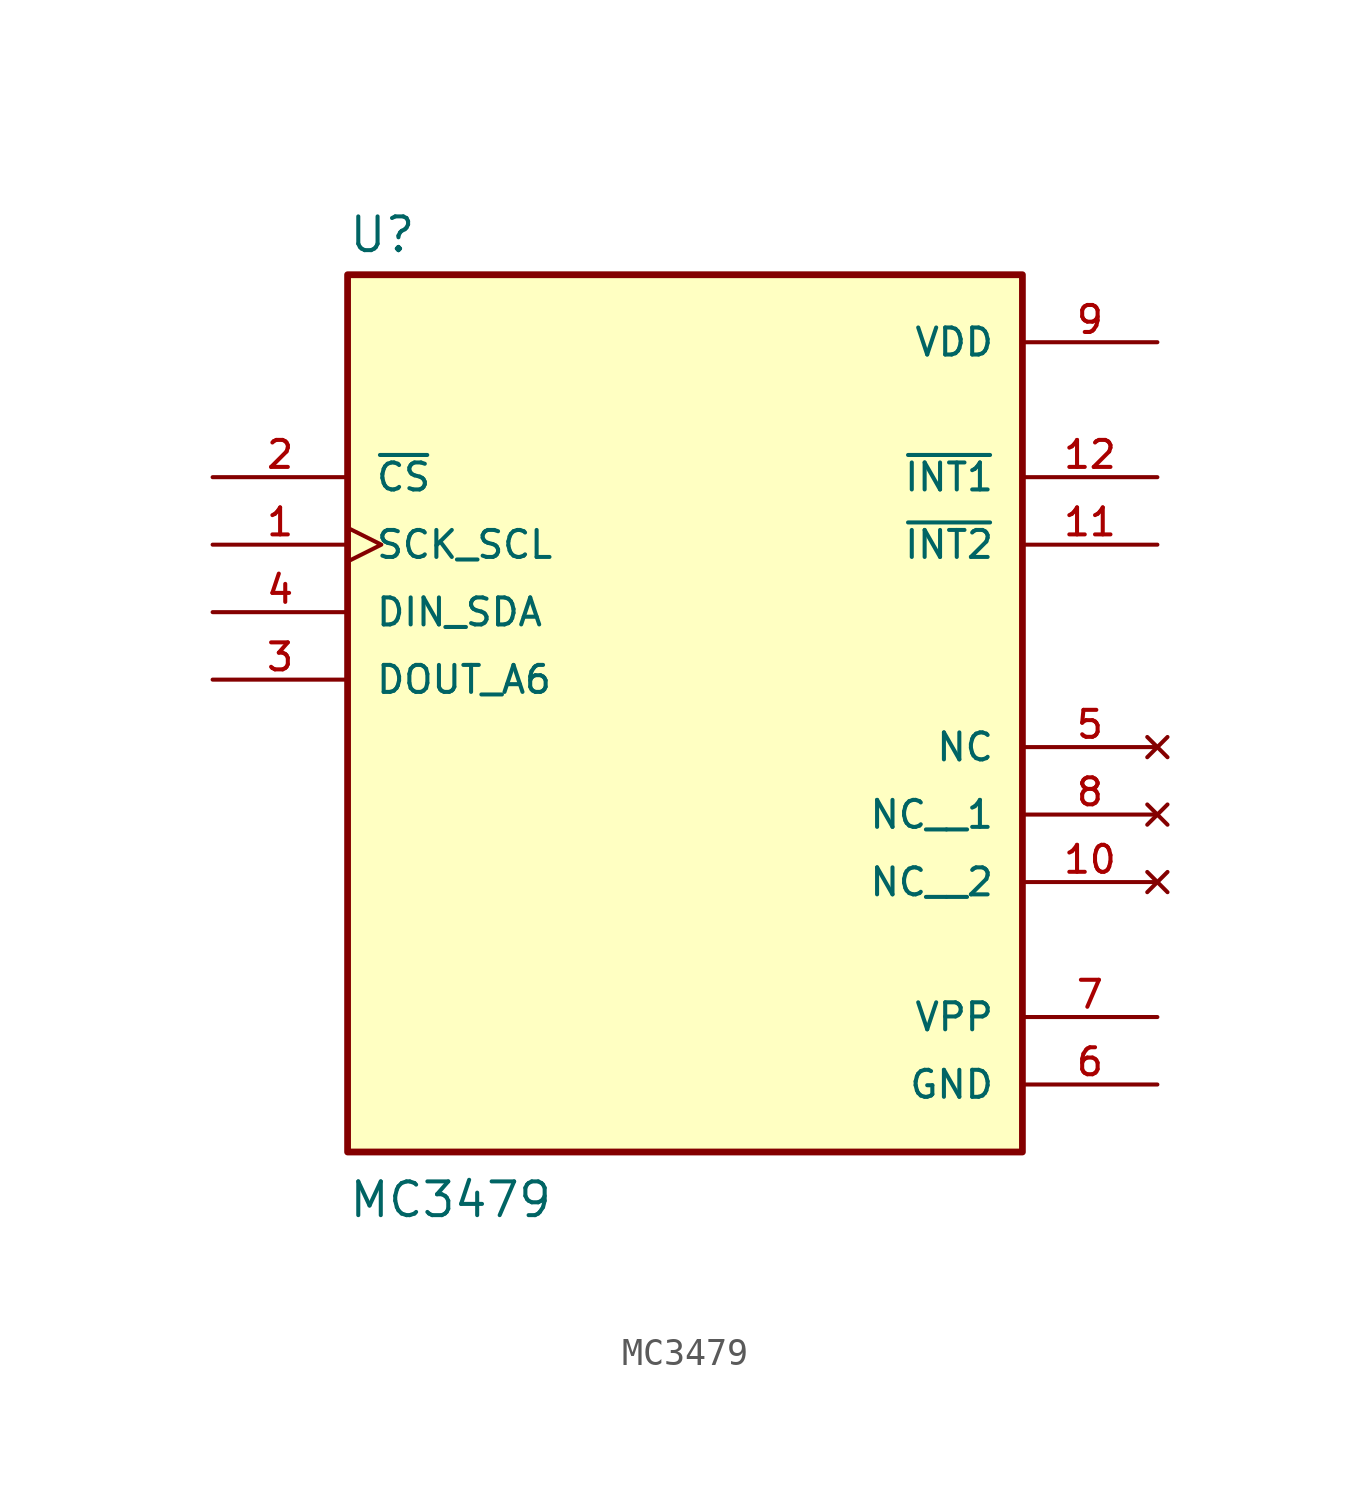
<source format=kicad_sym>
(kicad_symbol_lib
  (version 20211014)
  (generator kicad_symbol_editor)
  (symbol "MC3479"
    (pin_names
      (offset 1.016))
    (property "Reference" "U"
      (at -12.7 13.462 0)
      (effects (font (size 1.27 1.27)) (justify bottom left)))
    (property "Value" "MC3479"
      (at -12.7 -22.86 0)
      (effects (font (size 1.27 1.27)) (justify bottom left)))
    (symbol "MC3479_0_0"
      (rectangle (start -12.7 -20.32) (end 12.7 12.7) (stroke (width 0.254)) (fill (type background)))
      (pin input clock (at -17.78 2.54 0) (length 5.08) (name "SCK_SCL" (effects (font (size 1.016 1.016)))) (number "1" (effects (font (size 1.016 1.016)))))
      (pin bidirectional line (at -17.78 -2.54 0) (length 5.08) (name "DOUT_A6" (effects (font (size 1.016 1.016)))) (number "3" (effects (font (size 1.016 1.016)))))
      (pin input line (at -17.78 5.08 0) (length 5.08) (name "~{CS}" (effects (font (size 1.016 1.016)))) (number "2" (effects (font (size 1.016 1.016)))))
      (pin no_connect line (at 17.78 -5.08 180.0) (length 5.08) (name "NC" (effects (font (size 1.016 1.016)))) (number "5" (effects (font (size 1.016 1.016)))))
      (pin bidirectional line (at -17.78 0.0 0) (length 5.08) (name "DIN_SDA" (effects (font (size 1.016 1.016)))) (number "4" (effects (font (size 1.016 1.016)))))
      (pin passive line (at 17.78 -15.24 180.0) (length 5.08) (name "VPP" (effects (font (size 1.016 1.016)))) (number "7" (effects (font (size 1.016 1.016)))))
      (pin power_in line (at 17.78 -17.78 180.0) (length 5.08) (name "GND" (effects (font (size 1.016 1.016)))) (number "6" (effects (font (size 1.016 1.016)))))
      (pin output line (at 17.78 2.54 180.0) (length 5.08) (name "~{INT2}" (effects (font (size 1.016 1.016)))) (number "11" (effects (font (size 1.016 1.016)))))
      (pin power_in line (at 17.78 10.16 180.0) (length 5.08) (name "VDD" (effects (font (size 1.016 1.016)))) (number "9" (effects (font (size 1.016 1.016)))))
      (pin output line (at 17.78 5.08 180.0) (length 5.08) (name "~{INT1}" (effects (font (size 1.016 1.016)))) (number "12" (effects (font (size 1.016 1.016)))))
      (pin no_connect line (at 17.78 -7.62 180.0) (length 5.08) (name "NC__1" (effects (font (size 1.016 1.016)))) (number "8" (effects (font (size 1.016 1.016)))))
      (pin no_connect line (at 17.78 -10.16 180.0) (length 5.08) (name "NC__2" (effects (font (size 1.016 1.016)))) (number "10" (effects (font (size 1.016 1.016))))))))
</source>
